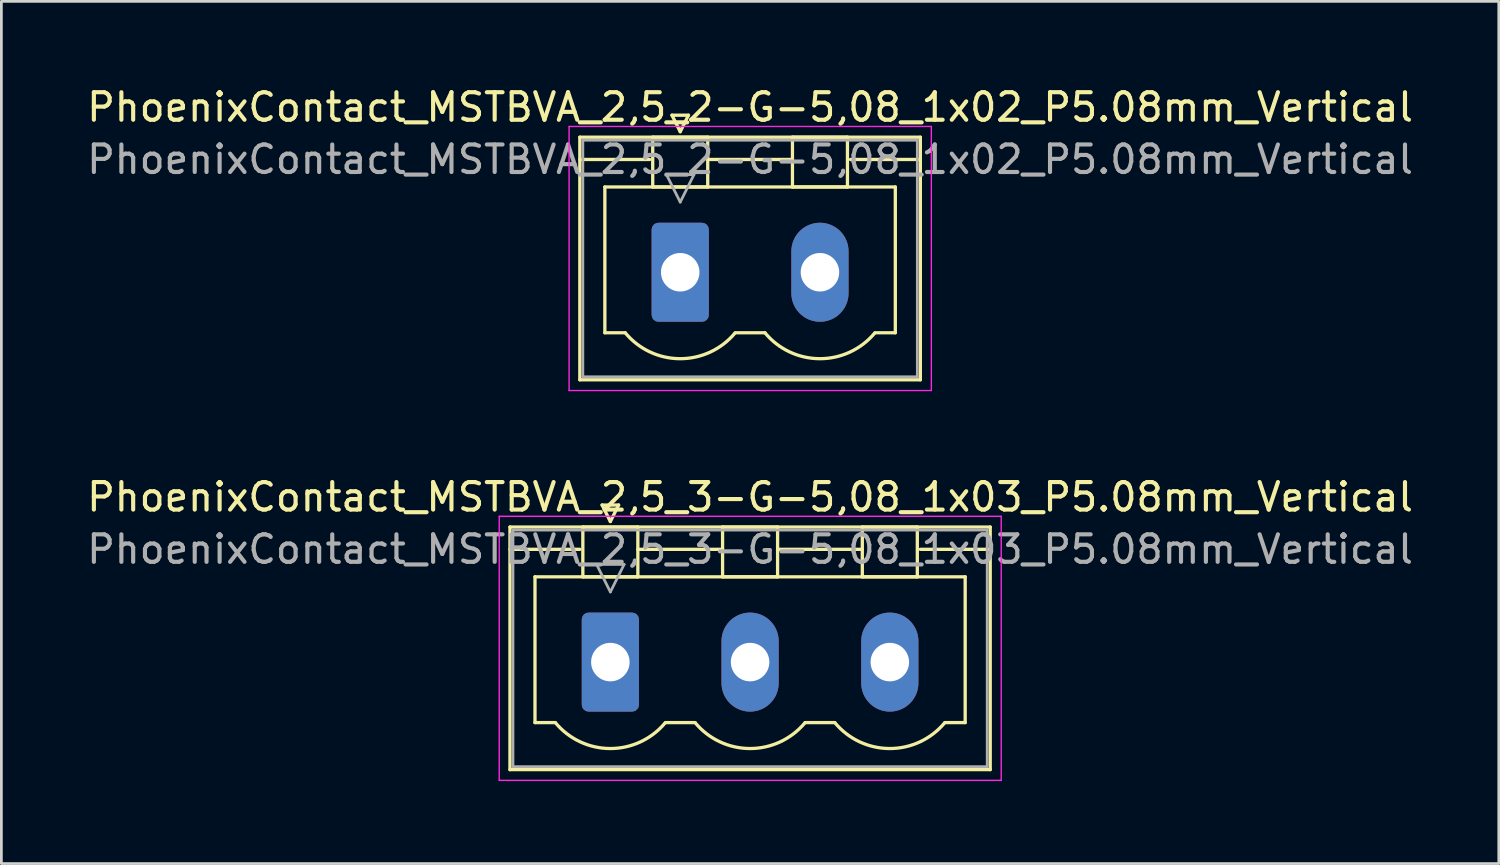
<source format=kicad_pcb>
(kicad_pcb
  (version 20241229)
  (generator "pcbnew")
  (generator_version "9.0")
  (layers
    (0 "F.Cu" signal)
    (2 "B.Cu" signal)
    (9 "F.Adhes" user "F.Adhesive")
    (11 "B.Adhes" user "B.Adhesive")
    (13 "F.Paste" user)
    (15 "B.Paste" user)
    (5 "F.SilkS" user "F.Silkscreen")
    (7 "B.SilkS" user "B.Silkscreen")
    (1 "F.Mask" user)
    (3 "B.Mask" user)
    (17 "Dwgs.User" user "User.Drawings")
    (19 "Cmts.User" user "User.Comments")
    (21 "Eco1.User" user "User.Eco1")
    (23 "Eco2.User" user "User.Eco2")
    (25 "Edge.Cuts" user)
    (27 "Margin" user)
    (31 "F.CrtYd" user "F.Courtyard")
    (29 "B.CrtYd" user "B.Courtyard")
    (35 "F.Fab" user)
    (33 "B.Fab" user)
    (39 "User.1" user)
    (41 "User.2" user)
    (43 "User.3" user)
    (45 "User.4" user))
  (footprint "PhoenixContact_MSTBVA_2,5_2-G-5,08_1x02_P5.08mm_Vertical"
    (layer "F.Cu")
    (at 21.68 6.848)
    (property "Reference" "PhoenixContact_MSTBVA_2,5_2-G-5,08_1x02_P5.08mm_Vertical" (at 2.54 -6 0) (layer "F.SilkS") (effects (font (size 1 1) (thickness 0.15))))
    (attr through_hole)
    (fp_line (start -3.65 -4.91) (end -3.65 3.91) (stroke (width 0.12) (type solid)) (layer "F.SilkS"))
    (fp_line (start -3.65 -4.1) (end -1.11 -4.1) (stroke (width 0.12) (type solid)) (layer "F.SilkS"))
    (fp_line (start -3.65 3.91) (end 8.73 3.91) (stroke (width 0.12) (type solid)) (layer "F.SilkS"))
    (fp_line (start -2.74 -3.1) (end 7.82 -3.1) (stroke (width 0.12) (type solid)) (layer "F.SilkS"))
    (fp_line (start -2.74 2.2) (end -2.74 -3.1) (stroke (width 0.12) (type solid)) (layer "F.SilkS"))
    (fp_line (start -2 2.2) (end -2.74 2.2) (stroke (width 0.12) (type solid)) (layer "F.SilkS"))
    (fp_line (start -1 -4.91) (end 1 -4.91) (stroke (width 0.12) (type solid)) (layer "F.SilkS"))
    (fp_line (start -1 -3.1) (end -1 -4.91) (stroke (width 0.12) (type solid)) (layer "F.SilkS"))
    (fp_line (start -0.3 -5.71) (end 0.3 -5.71) (stroke (width 0.12) (type solid)) (layer "F.SilkS"))
    (fp_line (start 0 -5.11) (end -0.3 -5.71) (stroke (width 0.12) (type solid)) (layer "F.SilkS"))
    (fp_line (start 0.3 -5.71) (end 0 -5.11) (stroke (width 0.12) (type solid)) (layer "F.SilkS"))
    (fp_line (start 1 -4.91) (end 1 -3.1) (stroke (width 0.12) (type solid)) (layer "F.SilkS"))
    (fp_line (start 1 -4.1) (end 4.08 -4.1) (stroke (width 0.12) (type solid)) (layer "F.SilkS"))
    (fp_line (start 1 -3.1) (end -1 -3.1) (stroke (width 0.12) (type solid)) (layer "F.SilkS"))
    (fp_line (start 2 2.2) (end 3.08 2.2) (stroke (width 0.12) (type solid)) (layer "F.SilkS"))
    (fp_line (start 4.08 -4.91) (end 6.08 -4.91) (stroke (width 0.12) (type solid)) (layer "F.SilkS"))
    (fp_line (start 4.08 -3.1) (end 4.08 -4.91) (stroke (width 0.12) (type solid)) (layer "F.SilkS"))
    (fp_line (start 6.08 -4.91) (end 6.08 -3.1) (stroke (width 0.12) (type solid)) (layer "F.SilkS"))
    (fp_line (start 6.08 -3.1) (end 4.08 -3.1) (stroke (width 0.12) (type solid)) (layer "F.SilkS"))
    (fp_line (start 7.82 -3.1) (end 7.82 2.2) (stroke (width 0.12) (type solid)) (layer "F.SilkS"))
    (fp_line (start 7.82 2.2) (end 7.08 2.2) (stroke (width 0.12) (type solid)) (layer "F.SilkS"))
    (fp_line (start 8.73 -4.91) (end -3.65 -4.91) (stroke (width 0.12) (type solid)) (layer "F.SilkS"))
    (fp_line (start 8.73 -4.1) (end 6.19 -4.1) (stroke (width 0.12) (type solid)) (layer "F.SilkS"))
    (fp_line (start 8.73 3.91) (end 8.73 -4.91) (stroke (width 0.12) (type solid)) (layer "F.SilkS"))
    (fp_arc (start 1.986842 2.215821) (mid -0.010289 3.142758) (end -2 2.2) (stroke (width 0.12) (type solid)) (layer "F.SilkS"))
    (fp_arc (start 7.066842 2.215821) (mid 5.069711 3.142758) (end 3.08 2.2) (stroke (width 0.12) (type solid)) (layer "F.SilkS"))
    (fp_line (start -4.04 -5.3) (end -4.04 4.3) (stroke (width 0.05) (type solid)) (layer "F.CrtYd"))
    (fp_line (start -4.04 4.3) (end 9.13 4.3) (stroke (width 0.05) (type solid)) (layer "F.CrtYd"))
    (fp_line (start 9.13 -5.3) (end -4.04 -5.3) (stroke (width 0.05) (type solid)) (layer "F.CrtYd"))
    (fp_line (start 9.13 4.3) (end 9.13 -5.3) (stroke (width 0.05) (type solid)) (layer "F.CrtYd"))
    (fp_line (start -3.54 -4.8) (end -3.54 3.8) (stroke (width 0.1) (type solid)) (layer "F.Fab"))
    (fp_line (start -3.54 3.8) (end 8.62 3.8) (stroke (width 0.1) (type solid)) (layer "F.Fab"))
    (fp_line (start -0.5 -3.55) (end 0.5 -3.55) (stroke (width 0.1) (type solid)) (layer "F.Fab"))
    (fp_line (start 0 -2.55) (end -0.5 -3.55) (stroke (width 0.1) (type solid)) (layer "F.Fab"))
    (fp_line (start 0.5 -3.55) (end 0 -2.55) (stroke (width 0.1) (type solid)) (layer "F.Fab"))
    (fp_line (start 8.62 -4.8) (end -3.54 -4.8) (stroke (width 0.1) (type solid)) (layer "F.Fab"))
    (fp_line (start 8.62 3.8) (end 8.62 -4.8) (stroke (width 0.1) (type solid)) (layer "F.Fab"))
    (fp_text user "${REFERENCE}" (at 2.54 -4.1 0) (layer "F.Fab") (effects (font (size 1 1) (thickness 0.15))))
    (pad "1" thru_hole roundrect (at 0 0) (size 2.08 3.6) (drill 1.4) (layers "*.Cu" "*.Mask") (roundrect_rratio 0.12))
    (pad "2" thru_hole oval (at 5.08 0) (size 2.08 3.6) (drill 1.4) (layers "*.Cu" "*.Mask")))
  (footprint "PhoenixContact_MSTBVA_2,5_3-G-5,08_1x03_P5.08mm_Vertical"
    (layer "F.Cu")
    (at 19.14 21.021)
    (property "Reference" "PhoenixContact_MSTBVA_2,5_3-G-5,08_1x03_P5.08mm_Vertical" (at 5.08 -6 0) (layer "F.SilkS") (effects (font (size 1 1) (thickness 0.15))))
    (attr through_hole)
    (fp_line (start -3.65 -4.91) (end -3.65 3.91) (stroke (width 0.12) (type solid)) (layer "F.SilkS"))
    (fp_line (start -3.65 -4.1) (end -1.11 -4.1) (stroke (width 0.12) (type solid)) (layer "F.SilkS"))
    (fp_line (start -3.65 3.91) (end 13.81 3.91) (stroke (width 0.12) (type solid)) (layer "F.SilkS"))
    (fp_line (start -2.74 -3.1) (end 12.9 -3.1) (stroke (width 0.12) (type solid)) (layer "F.SilkS"))
    (fp_line (start -2.74 2.2) (end -2.74 -3.1) (stroke (width 0.12) (type solid)) (layer "F.SilkS"))
    (fp_line (start -2 2.2) (end -2.74 2.2) (stroke (width 0.12) (type solid)) (layer "F.SilkS"))
    (fp_line (start -1 -4.91) (end 1 -4.91) (stroke (width 0.12) (type solid)) (layer "F.SilkS"))
    (fp_line (start -1 -3.1) (end -1 -4.91) (stroke (width 0.12) (type solid)) (layer "F.SilkS"))
    (fp_line (start -0.3 -5.71) (end 0.3 -5.71) (stroke (width 0.12) (type solid)) (layer "F.SilkS"))
    (fp_line (start 0 -5.11) (end -0.3 -5.71) (stroke (width 0.12) (type solid)) (layer "F.SilkS"))
    (fp_line (start 0.3 -5.71) (end 0 -5.11) (stroke (width 0.12) (type solid)) (layer "F.SilkS"))
    (fp_line (start 1 -4.91) (end 1 -3.1) (stroke (width 0.12) (type solid)) (layer "F.SilkS"))
    (fp_line (start 1 -4.1) (end 4.08 -4.1) (stroke (width 0.12) (type solid)) (layer "F.SilkS"))
    (fp_line (start 1 -3.1) (end -1 -3.1) (stroke (width 0.12) (type solid)) (layer "F.SilkS"))
    (fp_line (start 2 2.2) (end 3.08 2.2) (stroke (width 0.12) (type solid)) (layer "F.SilkS"))
    (fp_line (start 4.08 -4.91) (end 6.08 -4.91) (stroke (width 0.12) (type solid)) (layer "F.SilkS"))
    (fp_line (start 4.08 -3.1) (end 4.08 -4.91) (stroke (width 0.12) (type solid)) (layer "F.SilkS"))
    (fp_line (start 6.08 -4.91) (end 6.08 -3.1) (stroke (width 0.12) (type solid)) (layer "F.SilkS"))
    (fp_line (start 6.08 -4.1) (end 9.16 -4.1) (stroke (width 0.12) (type solid)) (layer "F.SilkS"))
    (fp_line (start 6.08 -3.1) (end 4.08 -3.1) (stroke (width 0.12) (type solid)) (layer "F.SilkS"))
    (fp_line (start 7.08 2.2) (end 8.16 2.2) (stroke (width 0.12) (type solid)) (layer "F.SilkS"))
    (fp_line (start 9.16 -4.91) (end 11.16 -4.91) (stroke (width 0.12) (type solid)) (layer "F.SilkS"))
    (fp_line (start 9.16 -3.1) (end 9.16 -4.91) (stroke (width 0.12) (type solid)) (layer "F.SilkS"))
    (fp_line (start 11.16 -4.91) (end 11.16 -3.1) (stroke (width 0.12) (type solid)) (layer "F.SilkS"))
    (fp_line (start 11.16 -3.1) (end 9.16 -3.1) (stroke (width 0.12) (type solid)) (layer "F.SilkS"))
    (fp_line (start 12.9 -3.1) (end 12.9 2.2) (stroke (width 0.12) (type solid)) (layer "F.SilkS"))
    (fp_line (start 12.9 2.2) (end 12.16 2.2) (stroke (width 0.12) (type solid)) (layer "F.SilkS"))
    (fp_line (start 13.81 -4.91) (end -3.65 -4.91) (stroke (width 0.12) (type solid)) (layer "F.SilkS"))
    (fp_line (start 13.81 -4.1) (end 11.27 -4.1) (stroke (width 0.12) (type solid)) (layer "F.SilkS"))
    (fp_line (start 13.81 3.91) (end 13.81 -4.91) (stroke (width 0.12) (type solid)) (layer "F.SilkS"))
    (fp_arc (start 1.986842 2.215821) (mid -0.010289 3.142758) (end -2 2.2) (stroke (width 0.12) (type solid)) (layer "F.SilkS"))
    (fp_arc (start 7.066842 2.215821) (mid 5.069711 3.142758) (end 3.08 2.2) (stroke (width 0.12) (type solid)) (layer "F.SilkS"))
    (fp_arc (start 12.146842 2.215821) (mid 10.149711 3.142758) (end 8.16 2.2) (stroke (width 0.12) (type solid)) (layer "F.SilkS"))
    (fp_line (start -4.04 -5.3) (end -4.04 4.3) (stroke (width 0.05) (type solid)) (layer "F.CrtYd"))
    (fp_line (start -4.04 4.3) (end 14.21 4.3) (stroke (width 0.05) (type solid)) (layer "F.CrtYd"))
    (fp_line (start 14.21 -5.3) (end -4.04 -5.3) (stroke (width 0.05) (type solid)) (layer "F.CrtYd"))
    (fp_line (start 14.21 4.3) (end 14.21 -5.3) (stroke (width 0.05) (type solid)) (layer "F.CrtYd"))
    (fp_line (start -3.54 -4.8) (end -3.54 3.8) (stroke (width 0.1) (type solid)) (layer "F.Fab"))
    (fp_line (start -3.54 3.8) (end 13.7 3.8) (stroke (width 0.1) (type solid)) (layer "F.Fab"))
    (fp_line (start -0.5 -3.55) (end 0.5 -3.55) (stroke (width 0.1) (type solid)) (layer "F.Fab"))
    (fp_line (start 0 -2.55) (end -0.5 -3.55) (stroke (width 0.1) (type solid)) (layer "F.Fab"))
    (fp_line (start 0.5 -3.55) (end 0 -2.55) (stroke (width 0.1) (type solid)) (layer "F.Fab"))
    (fp_line (start 13.7 -4.8) (end -3.54 -4.8) (stroke (width 0.1) (type solid)) (layer "F.Fab"))
    (fp_line (start 13.7 3.8) (end 13.7 -4.8) (stroke (width 0.1) (type solid)) (layer "F.Fab"))
    (fp_text user "${REFERENCE}" (at 5.08 -4.1 0) (layer "F.Fab") (effects (font (size 1 1) (thickness 0.15))))
    (pad "1" thru_hole roundrect (at 0 0) (size 2.08 3.6) (drill 1.4) (layers "*.Cu" "*.Mask") (roundrect_rratio 0.12))
    (pad "2" thru_hole oval (at 5.08 0) (size 2.08 3.6) (drill 1.4) (layers "*.Cu" "*.Mask"))
    (pad "3" thru_hole oval (at 10.16 0) (size 2.08 3.6) (drill 1.4) (layers "*.Cu" "*.Mask")))
  (gr_rect
    (start -3 -3)
    (end 51.44 28.346)
    (stroke (width 0.1) (type default))
    (fill no)
    (layer "Edge.Cuts")))
</source>
